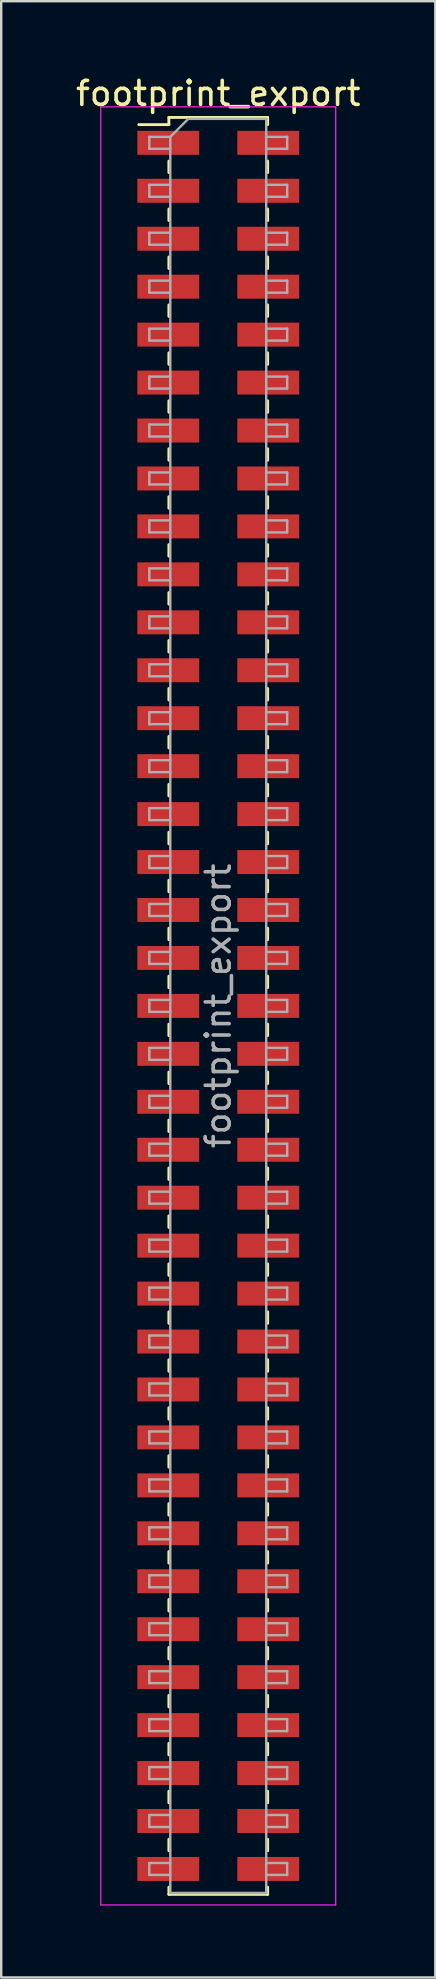
<source format=kicad_pcb>
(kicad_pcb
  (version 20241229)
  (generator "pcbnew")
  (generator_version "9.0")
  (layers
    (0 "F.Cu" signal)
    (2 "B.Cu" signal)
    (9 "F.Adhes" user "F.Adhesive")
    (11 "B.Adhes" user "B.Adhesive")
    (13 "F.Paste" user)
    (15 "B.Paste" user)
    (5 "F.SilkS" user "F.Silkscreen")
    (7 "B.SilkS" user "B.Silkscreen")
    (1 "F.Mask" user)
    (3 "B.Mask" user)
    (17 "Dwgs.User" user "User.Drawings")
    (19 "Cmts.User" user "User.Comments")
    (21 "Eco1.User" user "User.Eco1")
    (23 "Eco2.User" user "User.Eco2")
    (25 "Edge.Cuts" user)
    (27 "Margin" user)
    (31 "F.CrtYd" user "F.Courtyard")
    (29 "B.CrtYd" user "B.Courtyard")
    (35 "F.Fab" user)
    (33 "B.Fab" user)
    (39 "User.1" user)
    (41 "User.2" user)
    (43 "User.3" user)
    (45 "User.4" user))
  (footprint "footprint_export"
    (layer "F.Cu")
    (at 6.054 38.908)
    (property "Reference" "footprint_export" (at 0 -38.06 0) (layer "F.SilkS") (effects (font (size 1 1) (thickness 0.15))))
    (attr smd)
    (fp_line (start -3.315 -36.76) (end -2.06 -36.76) (stroke (width 0.12) (type solid)) (layer "F.SilkS"))
    (fp_line (start -2.06 -37.06) (end -2.06 -36.76) (stroke (width 0.12) (type solid)) (layer "F.SilkS"))
    (fp_line (start -2.06 -37.06) (end 2.06 -37.06) (stroke (width 0.12) (type solid)) (layer "F.SilkS"))
    (fp_line (start -2.06 -35.24) (end -2.06 -34.76) (stroke (width 0.12) (type solid)) (layer "F.SilkS"))
    (fp_line (start -2.06 -33.24) (end -2.06 -32.76) (stroke (width 0.12) (type solid)) (layer "F.SilkS"))
    (fp_line (start -2.06 -31.24) (end -2.06 -30.76) (stroke (width 0.12) (type solid)) (layer "F.SilkS"))
    (fp_line (start -2.06 -29.24) (end -2.06 -28.76) (stroke (width 0.12) (type solid)) (layer "F.SilkS"))
    (fp_line (start -2.06 -27.24) (end -2.06 -26.76) (stroke (width 0.12) (type solid)) (layer "F.SilkS"))
    (fp_line (start -2.06 -25.24) (end -2.06 -24.76) (stroke (width 0.12) (type solid)) (layer "F.SilkS"))
    (fp_line (start -2.06 -23.24) (end -2.06 -22.76) (stroke (width 0.12) (type solid)) (layer "F.SilkS"))
    (fp_line (start -2.06 -21.24) (end -2.06 -20.76) (stroke (width 0.12) (type solid)) (layer "F.SilkS"))
    (fp_line (start -2.06 -19.24) (end -2.06 -18.76) (stroke (width 0.12) (type solid)) (layer "F.SilkS"))
    (fp_line (start -2.06 -17.24) (end -2.06 -16.76) (stroke (width 0.12) (type solid)) (layer "F.SilkS"))
    (fp_line (start -2.06 -15.24) (end -2.06 -14.76) (stroke (width 0.12) (type solid)) (layer "F.SilkS"))
    (fp_line (start -2.06 -13.24) (end -2.06 -12.76) (stroke (width 0.12) (type solid)) (layer "F.SilkS"))
    (fp_line (start -2.06 -11.24) (end -2.06 -10.76) (stroke (width 0.12) (type solid)) (layer "F.SilkS"))
    (fp_line (start -2.06 -9.24) (end -2.06 -8.76) (stroke (width 0.12) (type solid)) (layer "F.SilkS"))
    (fp_line (start -2.06 -7.24) (end -2.06 -6.76) (stroke (width 0.12) (type solid)) (layer "F.SilkS"))
    (fp_line (start -2.06 -5.24) (end -2.06 -4.76) (stroke (width 0.12) (type solid)) (layer "F.SilkS"))
    (fp_line (start -2.06 -3.24) (end -2.06 -2.76) (stroke (width 0.12) (type solid)) (layer "F.SilkS"))
    (fp_line (start -2.06 -1.24) (end -2.06 -0.76) (stroke (width 0.12) (type solid)) (layer "F.SilkS"))
    (fp_line (start -2.06 0.76) (end -2.06 1.24) (stroke (width 0.12) (type solid)) (layer "F.SilkS"))
    (fp_line (start -2.06 2.76) (end -2.06 3.24) (stroke (width 0.12) (type solid)) (layer "F.SilkS"))
    (fp_line (start -2.06 4.76) (end -2.06 5.24) (stroke (width 0.12) (type solid)) (layer "F.SilkS"))
    (fp_line (start -2.06 6.76) (end -2.06 7.24) (stroke (width 0.12) (type solid)) (layer "F.SilkS"))
    (fp_line (start -2.06 8.76) (end -2.06 9.24) (stroke (width 0.12) (type solid)) (layer "F.SilkS"))
    (fp_line (start -2.06 10.76) (end -2.06 11.24) (stroke (width 0.12) (type solid)) (layer "F.SilkS"))
    (fp_line (start -2.06 12.76) (end -2.06 13.24) (stroke (width 0.12) (type solid)) (layer "F.SilkS"))
    (fp_line (start -2.06 14.76) (end -2.06 15.24) (stroke (width 0.12) (type solid)) (layer "F.SilkS"))
    (fp_line (start -2.06 16.76) (end -2.06 17.24) (stroke (width 0.12) (type solid)) (layer "F.SilkS"))
    (fp_line (start -2.06 18.76) (end -2.06 19.24) (stroke (width 0.12) (type solid)) (layer "F.SilkS"))
    (fp_line (start -2.06 20.76) (end -2.06 21.24) (stroke (width 0.12) (type solid)) (layer "F.SilkS"))
    (fp_line (start -2.06 22.76) (end -2.06 23.24) (stroke (width 0.12) (type solid)) (layer "F.SilkS"))
    (fp_line (start -2.06 24.76) (end -2.06 25.24) (stroke (width 0.12) (type solid)) (layer "F.SilkS"))
    (fp_line (start -2.06 26.76) (end -2.06 27.24) (stroke (width 0.12) (type solid)) (layer "F.SilkS"))
    (fp_line (start -2.06 28.76) (end -2.06 29.24) (stroke (width 0.12) (type solid)) (layer "F.SilkS"))
    (fp_line (start -2.06 30.76) (end -2.06 31.24) (stroke (width 0.12) (type solid)) (layer "F.SilkS"))
    (fp_line (start -2.06 32.76) (end -2.06 33.24) (stroke (width 0.12) (type solid)) (layer "F.SilkS"))
    (fp_line (start -2.06 34.76) (end -2.06 35.24) (stroke (width 0.12) (type solid)) (layer "F.SilkS"))
    (fp_line (start -2.06 36.76) (end -2.06 37.06) (stroke (width 0.12) (type solid)) (layer "F.SilkS"))
    (fp_line (start -2.06 37.06) (end 2.06 37.06) (stroke (width 0.12) (type solid)) (layer "F.SilkS"))
    (fp_line (start 2.06 -37.06) (end 2.06 -36.76) (stroke (width 0.12) (type solid)) (layer "F.SilkS"))
    (fp_line (start 2.06 -35.24) (end 2.06 -34.76) (stroke (width 0.12) (type solid)) (layer "F.SilkS"))
    (fp_line (start 2.06 -33.24) (end 2.06 -32.76) (stroke (width 0.12) (type solid)) (layer "F.SilkS"))
    (fp_line (start 2.06 -31.24) (end 2.06 -30.76) (stroke (width 0.12) (type solid)) (layer "F.SilkS"))
    (fp_line (start 2.06 -29.24) (end 2.06 -28.76) (stroke (width 0.12) (type solid)) (layer "F.SilkS"))
    (fp_line (start 2.06 -27.24) (end 2.06 -26.76) (stroke (width 0.12) (type solid)) (layer "F.SilkS"))
    (fp_line (start 2.06 -25.24) (end 2.06 -24.76) (stroke (width 0.12) (type solid)) (layer "F.SilkS"))
    (fp_line (start 2.06 -23.24) (end 2.06 -22.76) (stroke (width 0.12) (type solid)) (layer "F.SilkS"))
    (fp_line (start 2.06 -21.24) (end 2.06 -20.76) (stroke (width 0.12) (type solid)) (layer "F.SilkS"))
    (fp_line (start 2.06 -19.24) (end 2.06 -18.76) (stroke (width 0.12) (type solid)) (layer "F.SilkS"))
    (fp_line (start 2.06 -17.24) (end 2.06 -16.76) (stroke (width 0.12) (type solid)) (layer "F.SilkS"))
    (fp_line (start 2.06 -15.24) (end 2.06 -14.76) (stroke (width 0.12) (type solid)) (layer "F.SilkS"))
    (fp_line (start 2.06 -13.24) (end 2.06 -12.76) (stroke (width 0.12) (type solid)) (layer "F.SilkS"))
    (fp_line (start 2.06 -11.24) (end 2.06 -10.76) (stroke (width 0.12) (type solid)) (layer "F.SilkS"))
    (fp_line (start 2.06 -9.24) (end 2.06 -8.76) (stroke (width 0.12) (type solid)) (layer "F.SilkS"))
    (fp_line (start 2.06 -7.24) (end 2.06 -6.76) (stroke (width 0.12) (type solid)) (layer "F.SilkS"))
    (fp_line (start 2.06 -5.24) (end 2.06 -4.76) (stroke (width 0.12) (type solid)) (layer "F.SilkS"))
    (fp_line (start 2.06 -3.24) (end 2.06 -2.76) (stroke (width 0.12) (type solid)) (layer "F.SilkS"))
    (fp_line (start 2.06 -1.24) (end 2.06 -0.76) (stroke (width 0.12) (type solid)) (layer "F.SilkS"))
    (fp_line (start 2.06 0.76) (end 2.06 1.24) (stroke (width 0.12) (type solid)) (layer "F.SilkS"))
    (fp_line (start 2.06 2.76) (end 2.06 3.24) (stroke (width 0.12) (type solid)) (layer "F.SilkS"))
    (fp_line (start 2.06 4.76) (end 2.06 5.24) (stroke (width 0.12) (type solid)) (layer "F.SilkS"))
    (fp_line (start 2.06 6.76) (end 2.06 7.24) (stroke (width 0.12) (type solid)) (layer "F.SilkS"))
    (fp_line (start 2.06 8.76) (end 2.06 9.24) (stroke (width 0.12) (type solid)) (layer "F.SilkS"))
    (fp_line (start 2.06 10.76) (end 2.06 11.24) (stroke (width 0.12) (type solid)) (layer "F.SilkS"))
    (fp_line (start 2.06 12.76) (end 2.06 13.24) (stroke (width 0.12) (type solid)) (layer "F.SilkS"))
    (fp_line (start 2.06 14.76) (end 2.06 15.24) (stroke (width 0.12) (type solid)) (layer "F.SilkS"))
    (fp_line (start 2.06 16.76) (end 2.06 17.24) (stroke (width 0.12) (type solid)) (layer "F.SilkS"))
    (fp_line (start 2.06 18.76) (end 2.06 19.24) (stroke (width 0.12) (type solid)) (layer "F.SilkS"))
    (fp_line (start 2.06 20.76) (end 2.06 21.24) (stroke (width 0.12) (type solid)) (layer "F.SilkS"))
    (fp_line (start 2.06 22.76) (end 2.06 23.24) (stroke (width 0.12) (type solid)) (layer "F.SilkS"))
    (fp_line (start 2.06 24.76) (end 2.06 25.24) (stroke (width 0.12) (type solid)) (layer "F.SilkS"))
    (fp_line (start 2.06 26.76) (end 2.06 27.24) (stroke (width 0.12) (type solid)) (layer "F.SilkS"))
    (fp_line (start 2.06 28.76) (end 2.06 29.24) (stroke (width 0.12) (type solid)) (layer "F.SilkS"))
    (fp_line (start 2.06 30.76) (end 2.06 31.24) (stroke (width 0.12) (type solid)) (layer "F.SilkS"))
    (fp_line (start 2.06 32.76) (end 2.06 33.24) (stroke (width 0.12) (type solid)) (layer "F.SilkS"))
    (fp_line (start 2.06 34.76) (end 2.06 35.24) (stroke (width 0.12) (type solid)) (layer "F.SilkS"))
    (fp_line (start 2.06 36.76) (end 2.06 37.06) (stroke (width 0.12) (type solid)) (layer "F.SilkS"))
    (fp_line (start -4.9 -37.5) (end -4.9 37.5) (stroke (width 0.05) (type solid)) (layer "F.CrtYd"))
    (fp_line (start -4.9 37.5) (end 4.9 37.5) (stroke (width 0.05) (type solid)) (layer "F.CrtYd"))
    (fp_line (start 4.9 -37.5) (end -4.9 -37.5) (stroke (width 0.05) (type solid)) (layer "F.CrtYd"))
    (fp_line (start 4.9 37.5) (end 4.9 -37.5) (stroke (width 0.05) (type solid)) (layer "F.CrtYd"))
    (fp_line (start -2.875 -36.25) (end -2.875 -35.75) (stroke (width 0.1) (type solid)) (layer "F.Fab"))
    (fp_line (start -2.875 -35.75) (end -2 -35.75) (stroke (width 0.1) (type solid)) (layer "F.Fab"))
    (fp_line (start -2.875 -34.25) (end -2.875 -33.75) (stroke (width 0.1) (type solid)) (layer "F.Fab"))
    (fp_line (start -2.875 -33.75) (end -2 -33.75) (stroke (width 0.1) (type solid)) (layer "F.Fab"))
    (fp_line (start -2.875 -32.25) (end -2.875 -31.75) (stroke (width 0.1) (type solid)) (layer "F.Fab"))
    (fp_line (start -2.875 -31.75) (end -2 -31.75) (stroke (width 0.1) (type solid)) (layer "F.Fab"))
    (fp_line (start -2.875 -30.25) (end -2.875 -29.75) (stroke (width 0.1) (type solid)) (layer "F.Fab"))
    (fp_line (start -2.875 -29.75) (end -2 -29.75) (stroke (width 0.1) (type solid)) (layer "F.Fab"))
    (fp_line (start -2.875 -28.25) (end -2.875 -27.75) (stroke (width 0.1) (type solid)) (layer "F.Fab"))
    (fp_line (start -2.875 -27.75) (end -2 -27.75) (stroke (width 0.1) (type solid)) (layer "F.Fab"))
    (fp_line (start -2.875 -26.25) (end -2.875 -25.75) (stroke (width 0.1) (type solid)) (layer "F.Fab"))
    (fp_line (start -2.875 -25.75) (end -2 -25.75) (stroke (width 0.1) (type solid)) (layer "F.Fab"))
    (fp_line (start -2.875 -24.25) (end -2.875 -23.75) (stroke (width 0.1) (type solid)) (layer "F.Fab"))
    (fp_line (start -2.875 -23.75) (end -2 -23.75) (stroke (width 0.1) (type solid)) (layer "F.Fab"))
    (fp_line (start -2.875 -22.25) (end -2.875 -21.75) (stroke (width 0.1) (type solid)) (layer "F.Fab"))
    (fp_line (start -2.875 -21.75) (end -2 -21.75) (stroke (width 0.1) (type solid)) (layer "F.Fab"))
    (fp_line (start -2.875 -20.25) (end -2.875 -19.75) (stroke (width 0.1) (type solid)) (layer "F.Fab"))
    (fp_line (start -2.875 -19.75) (end -2 -19.75) (stroke (width 0.1) (type solid)) (layer "F.Fab"))
    (fp_line (start -2.875 -18.25) (end -2.875 -17.75) (stroke (width 0.1) (type solid)) (layer "F.Fab"))
    (fp_line (start -2.875 -17.75) (end -2 -17.75) (stroke (width 0.1) (type solid)) (layer "F.Fab"))
    (fp_line (start -2.875 -16.25) (end -2.875 -15.75) (stroke (width 0.1) (type solid)) (layer "F.Fab"))
    (fp_line (start -2.875 -15.75) (end -2 -15.75) (stroke (width 0.1) (type solid)) (layer "F.Fab"))
    (fp_line (start -2.875 -14.25) (end -2.875 -13.75) (stroke (width 0.1) (type solid)) (layer "F.Fab"))
    (fp_line (start -2.875 -13.75) (end -2 -13.75) (stroke (width 0.1) (type solid)) (layer "F.Fab"))
    (fp_line (start -2.875 -12.25) (end -2.875 -11.75) (stroke (width 0.1) (type solid)) (layer "F.Fab"))
    (fp_line (start -2.875 -11.75) (end -2 -11.75) (stroke (width 0.1) (type solid)) (layer "F.Fab"))
    (fp_line (start -2.875 -10.25) (end -2.875 -9.75) (stroke (width 0.1) (type solid)) (layer "F.Fab"))
    (fp_line (start -2.875 -9.75) (end -2 -9.75) (stroke (width 0.1) (type solid)) (layer "F.Fab"))
    (fp_line (start -2.875 -8.25) (end -2.875 -7.75) (stroke (width 0.1) (type solid)) (layer "F.Fab"))
    (fp_line (start -2.875 -7.75) (end -2 -7.75) (stroke (width 0.1) (type solid)) (layer "F.Fab"))
    (fp_line (start -2.875 -6.25) (end -2.875 -5.75) (stroke (width 0.1) (type solid)) (layer "F.Fab"))
    (fp_line (start -2.875 -5.75) (end -2 -5.75) (stroke (width 0.1) (type solid)) (layer "F.Fab"))
    (fp_line (start -2.875 -4.25) (end -2.875 -3.75) (stroke (width 0.1) (type solid)) (layer "F.Fab"))
    (fp_line (start -2.875 -3.75) (end -2 -3.75) (stroke (width 0.1) (type solid)) (layer "F.Fab"))
    (fp_line (start -2.875 -2.25) (end -2.875 -1.75) (stroke (width 0.1) (type solid)) (layer "F.Fab"))
    (fp_line (start -2.875 -1.75) (end -2 -1.75) (stroke (width 0.1) (type solid)) (layer "F.Fab"))
    (fp_line (start -2.875 -0.25) (end -2.875 0.25) (stroke (width 0.1) (type solid)) (layer "F.Fab"))
    (fp_line (start -2.875 0.25) (end -2 0.25) (stroke (width 0.1) (type solid)) (layer "F.Fab"))
    (fp_line (start -2.875 1.75) (end -2.875 2.25) (stroke (width 0.1) (type solid)) (layer "F.Fab"))
    (fp_line (start -2.875 2.25) (end -2 2.25) (stroke (width 0.1) (type solid)) (layer "F.Fab"))
    (fp_line (start -2.875 3.75) (end -2.875 4.25) (stroke (width 0.1) (type solid)) (layer "F.Fab"))
    (fp_line (start -2.875 4.25) (end -2 4.25) (stroke (width 0.1) (type solid)) (layer "F.Fab"))
    (fp_line (start -2.875 5.75) (end -2.875 6.25) (stroke (width 0.1) (type solid)) (layer "F.Fab"))
    (fp_line (start -2.875 6.25) (end -2 6.25) (stroke (width 0.1) (type solid)) (layer "F.Fab"))
    (fp_line (start -2.875 7.75) (end -2.875 8.25) (stroke (width 0.1) (type solid)) (layer "F.Fab"))
    (fp_line (start -2.875 8.25) (end -2 8.25) (stroke (width 0.1) (type solid)) (layer "F.Fab"))
    (fp_line (start -2.875 9.75) (end -2.875 10.25) (stroke (width 0.1) (type solid)) (layer "F.Fab"))
    (fp_line (start -2.875 10.25) (end -2 10.25) (stroke (width 0.1) (type solid)) (layer "F.Fab"))
    (fp_line (start -2.875 11.75) (end -2.875 12.25) (stroke (width 0.1) (type solid)) (layer "F.Fab"))
    (fp_line (start -2.875 12.25) (end -2 12.25) (stroke (width 0.1) (type solid)) (layer "F.Fab"))
    (fp_line (start -2.875 13.75) (end -2.875 14.25) (stroke (width 0.1) (type solid)) (layer "F.Fab"))
    (fp_line (start -2.875 14.25) (end -2 14.25) (stroke (width 0.1) (type solid)) (layer "F.Fab"))
    (fp_line (start -2.875 15.75) (end -2.875 16.25) (stroke (width 0.1) (type solid)) (layer "F.Fab"))
    (fp_line (start -2.875 16.25) (end -2 16.25) (stroke (width 0.1) (type solid)) (layer "F.Fab"))
    (fp_line (start -2.875 17.75) (end -2.875 18.25) (stroke (width 0.1) (type solid)) (layer "F.Fab"))
    (fp_line (start -2.875 18.25) (end -2 18.25) (stroke (width 0.1) (type solid)) (layer "F.Fab"))
    (fp_line (start -2.875 19.75) (end -2.875 20.25) (stroke (width 0.1) (type solid)) (layer "F.Fab"))
    (fp_line (start -2.875 20.25) (end -2 20.25) (stroke (width 0.1) (type solid)) (layer "F.Fab"))
    (fp_line (start -2.875 21.75) (end -2.875 22.25) (stroke (width 0.1) (type solid)) (layer "F.Fab"))
    (fp_line (start -2.875 22.25) (end -2 22.25) (stroke (width 0.1) (type solid)) (layer "F.Fab"))
    (fp_line (start -2.875 23.75) (end -2.875 24.25) (stroke (width 0.1) (type solid)) (layer "F.Fab"))
    (fp_line (start -2.875 24.25) (end -2 24.25) (stroke (width 0.1) (type solid)) (layer "F.Fab"))
    (fp_line (start -2.875 25.75) (end -2.875 26.25) (stroke (width 0.1) (type solid)) (layer "F.Fab"))
    (fp_line (start -2.875 26.25) (end -2 26.25) (stroke (width 0.1) (type solid)) (layer "F.Fab"))
    (fp_line (start -2.875 27.75) (end -2.875 28.25) (stroke (width 0.1) (type solid)) (layer "F.Fab"))
    (fp_line (start -2.875 28.25) (end -2 28.25) (stroke (width 0.1) (type solid)) (layer "F.Fab"))
    (fp_line (start -2.875 29.75) (end -2.875 30.25) (stroke (width 0.1) (type solid)) (layer "F.Fab"))
    (fp_line (start -2.875 30.25) (end -2 30.25) (stroke (width 0.1) (type solid)) (layer "F.Fab"))
    (fp_line (start -2.875 31.75) (end -2.875 32.25) (stroke (width 0.1) (type solid)) (layer "F.Fab"))
    (fp_line (start -2.875 32.25) (end -2 32.25) (stroke (width 0.1) (type solid)) (layer "F.Fab"))
    (fp_line (start -2.875 33.75) (end -2.875 34.25) (stroke (width 0.1) (type solid)) (layer "F.Fab"))
    (fp_line (start -2.875 34.25) (end -2 34.25) (stroke (width 0.1) (type solid)) (layer "F.Fab"))
    (fp_line (start -2.875 35.75) (end -2.875 36.25) (stroke (width 0.1) (type solid)) (layer "F.Fab"))
    (fp_line (start -2.875 36.25) (end -2 36.25) (stroke (width 0.1) (type solid)) (layer "F.Fab"))
    (fp_line (start -2 -36.25) (end -2.875 -36.25) (stroke (width 0.1) (type solid)) (layer "F.Fab"))
    (fp_line (start -2 -36.25) (end -1.25 -37) (stroke (width 0.1) (type solid)) (layer "F.Fab"))
    (fp_line (start -2 -34.25) (end -2.875 -34.25) (stroke (width 0.1) (type solid)) (layer "F.Fab"))
    (fp_line (start -2 -32.25) (end -2.875 -32.25) (stroke (width 0.1) (type solid)) (layer "F.Fab"))
    (fp_line (start -2 -30.25) (end -2.875 -30.25) (stroke (width 0.1) (type solid)) (layer "F.Fab"))
    (fp_line (start -2 -28.25) (end -2.875 -28.25) (stroke (width 0.1) (type solid)) (layer "F.Fab"))
    (fp_line (start -2 -26.25) (end -2.875 -26.25) (stroke (width 0.1) (type solid)) (layer "F.Fab"))
    (fp_line (start -2 -24.25) (end -2.875 -24.25) (stroke (width 0.1) (type solid)) (layer "F.Fab"))
    (fp_line (start -2 -22.25) (end -2.875 -22.25) (stroke (width 0.1) (type solid)) (layer "F.Fab"))
    (fp_line (start -2 -20.25) (end -2.875 -20.25) (stroke (width 0.1) (type solid)) (layer "F.Fab"))
    (fp_line (start -2 -18.25) (end -2.875 -18.25) (stroke (width 0.1) (type solid)) (layer "F.Fab"))
    (fp_line (start -2 -16.25) (end -2.875 -16.25) (stroke (width 0.1) (type solid)) (layer "F.Fab"))
    (fp_line (start -2 -14.25) (end -2.875 -14.25) (stroke (width 0.1) (type solid)) (layer "F.Fab"))
    (fp_line (start -2 -12.25) (end -2.875 -12.25) (stroke (width 0.1) (type solid)) (layer "F.Fab"))
    (fp_line (start -2 -10.25) (end -2.875 -10.25) (stroke (width 0.1) (type solid)) (layer "F.Fab"))
    (fp_line (start -2 -8.25) (end -2.875 -8.25) (stroke (width 0.1) (type solid)) (layer "F.Fab"))
    (fp_line (start -2 -6.25) (end -2.875 -6.25) (stroke (width 0.1) (type solid)) (layer "F.Fab"))
    (fp_line (start -2 -4.25) (end -2.875 -4.25) (stroke (width 0.1) (type solid)) (layer "F.Fab"))
    (fp_line (start -2 -2.25) (end -2.875 -2.25) (stroke (width 0.1) (type solid)) (layer "F.Fab"))
    (fp_line (start -2 -0.25) (end -2.875 -0.25) (stroke (width 0.1) (type solid)) (layer "F.Fab"))
    (fp_line (start -2 1.75) (end -2.875 1.75) (stroke (width 0.1) (type solid)) (layer "F.Fab"))
    (fp_line (start -2 3.75) (end -2.875 3.75) (stroke (width 0.1) (type solid)) (layer "F.Fab"))
    (fp_line (start -2 5.75) (end -2.875 5.75) (stroke (width 0.1) (type solid)) (layer "F.Fab"))
    (fp_line (start -2 7.75) (end -2.875 7.75) (stroke (width 0.1) (type solid)) (layer "F.Fab"))
    (fp_line (start -2 9.75) (end -2.875 9.75) (stroke (width 0.1) (type solid)) (layer "F.Fab"))
    (fp_line (start -2 11.75) (end -2.875 11.75) (stroke (width 0.1) (type solid)) (layer "F.Fab"))
    (fp_line (start -2 13.75) (end -2.875 13.75) (stroke (width 0.1) (type solid)) (layer "F.Fab"))
    (fp_line (start -2 15.75) (end -2.875 15.75) (stroke (width 0.1) (type solid)) (layer "F.Fab"))
    (fp_line (start -2 17.75) (end -2.875 17.75) (stroke (width 0.1) (type solid)) (layer "F.Fab"))
    (fp_line (start -2 19.75) (end -2.875 19.75) (stroke (width 0.1) (type solid)) (layer "F.Fab"))
    (fp_line (start -2 21.75) (end -2.875 21.75) (stroke (width 0.1) (type solid)) (layer "F.Fab"))
    (fp_line (start -2 23.75) (end -2.875 23.75) (stroke (width 0.1) (type solid)) (layer "F.Fab"))
    (fp_line (start -2 25.75) (end -2.875 25.75) (stroke (width 0.1) (type solid)) (layer "F.Fab"))
    (fp_line (start -2 27.75) (end -2.875 27.75) (stroke (width 0.1) (type solid)) (layer "F.Fab"))
    (fp_line (start -2 29.75) (end -2.875 29.75) (stroke (width 0.1) (type solid)) (layer "F.Fab"))
    (fp_line (start -2 31.75) (end -2.875 31.75) (stroke (width 0.1) (type solid)) (layer "F.Fab"))
    (fp_line (start -2 33.75) (end -2.875 33.75) (stroke (width 0.1) (type solid)) (layer "F.Fab"))
    (fp_line (start -2 35.75) (end -2.875 35.75) (stroke (width 0.1) (type solid)) (layer "F.Fab"))
    (fp_line (start -2 37) (end -2 -36.25) (stroke (width 0.1) (type solid)) (layer "F.Fab"))
    (fp_line (start -1.25 -37) (end 2 -37) (stroke (width 0.1) (type solid)) (layer "F.Fab"))
    (fp_line (start 2 -37) (end 2 37) (stroke (width 0.1) (type solid)) (layer "F.Fab"))
    (fp_line (start 2 -36.25) (end 2.875 -36.25) (stroke (width 0.1) (type solid)) (layer "F.Fab"))
    (fp_line (start 2 -34.25) (end 2.875 -34.25) (stroke (width 0.1) (type solid)) (layer "F.Fab"))
    (fp_line (start 2 -32.25) (end 2.875 -32.25) (stroke (width 0.1) (type solid)) (layer "F.Fab"))
    (fp_line (start 2 -30.25) (end 2.875 -30.25) (stroke (width 0.1) (type solid)) (layer "F.Fab"))
    (fp_line (start 2 -28.25) (end 2.875 -28.25) (stroke (width 0.1) (type solid)) (layer "F.Fab"))
    (fp_line (start 2 -26.25) (end 2.875 -26.25) (stroke (width 0.1) (type solid)) (layer "F.Fab"))
    (fp_line (start 2 -24.25) (end 2.875 -24.25) (stroke (width 0.1) (type solid)) (layer "F.Fab"))
    (fp_line (start 2 -22.25) (end 2.875 -22.25) (stroke (width 0.1) (type solid)) (layer "F.Fab"))
    (fp_line (start 2 -20.25) (end 2.875 -20.25) (stroke (width 0.1) (type solid)) (layer "F.Fab"))
    (fp_line (start 2 -18.25) (end 2.875 -18.25) (stroke (width 0.1) (type solid)) (layer "F.Fab"))
    (fp_line (start 2 -16.25) (end 2.875 -16.25) (stroke (width 0.1) (type solid)) (layer "F.Fab"))
    (fp_line (start 2 -14.25) (end 2.875 -14.25) (stroke (width 0.1) (type solid)) (layer "F.Fab"))
    (fp_line (start 2 -12.25) (end 2.875 -12.25) (stroke (width 0.1) (type solid)) (layer "F.Fab"))
    (fp_line (start 2 -10.25) (end 2.875 -10.25) (stroke (width 0.1) (type solid)) (layer "F.Fab"))
    (fp_line (start 2 -8.25) (end 2.875 -8.25) (stroke (width 0.1) (type solid)) (layer "F.Fab"))
    (fp_line (start 2 -6.25) (end 2.875 -6.25) (stroke (width 0.1) (type solid)) (layer "F.Fab"))
    (fp_line (start 2 -4.25) (end 2.875 -4.25) (stroke (width 0.1) (type solid)) (layer "F.Fab"))
    (fp_line (start 2 -2.25) (end 2.875 -2.25) (stroke (width 0.1) (type solid)) (layer "F.Fab"))
    (fp_line (start 2 -0.25) (end 2.875 -0.25) (stroke (width 0.1) (type solid)) (layer "F.Fab"))
    (fp_line (start 2 1.75) (end 2.875 1.75) (stroke (width 0.1) (type solid)) (layer "F.Fab"))
    (fp_line (start 2 3.75) (end 2.875 3.75) (stroke (width 0.1) (type solid)) (layer "F.Fab"))
    (fp_line (start 2 5.75) (end 2.875 5.75) (stroke (width 0.1) (type solid)) (layer "F.Fab"))
    (fp_line (start 2 7.75) (end 2.875 7.75) (stroke (width 0.1) (type solid)) (layer "F.Fab"))
    (fp_line (start 2 9.75) (end 2.875 9.75) (stroke (width 0.1) (type solid)) (layer "F.Fab"))
    (fp_line (start 2 11.75) (end 2.875 11.75) (stroke (width 0.1) (type solid)) (layer "F.Fab"))
    (fp_line (start 2 13.75) (end 2.875 13.75) (stroke (width 0.1) (type solid)) (layer "F.Fab"))
    (fp_line (start 2 15.75) (end 2.875 15.75) (stroke (width 0.1) (type solid)) (layer "F.Fab"))
    (fp_line (start 2 17.75) (end 2.875 17.75) (stroke (width 0.1) (type solid)) (layer "F.Fab"))
    (fp_line (start 2 19.75) (end 2.875 19.75) (stroke (width 0.1) (type solid)) (layer "F.Fab"))
    (fp_line (start 2 21.75) (end 2.875 21.75) (stroke (width 0.1) (type solid)) (layer "F.Fab"))
    (fp_line (start 2 23.75) (end 2.875 23.75) (stroke (width 0.1) (type solid)) (layer "F.Fab"))
    (fp_line (start 2 25.75) (end 2.875 25.75) (stroke (width 0.1) (type solid)) (layer "F.Fab"))
    (fp_line (start 2 27.75) (end 2.875 27.75) (stroke (width 0.1) (type solid)) (layer "F.Fab"))
    (fp_line (start 2 29.75) (end 2.875 29.75) (stroke (width 0.1) (type solid)) (layer "F.Fab"))
    (fp_line (start 2 31.75) (end 2.875 31.75) (stroke (width 0.1) (type solid)) (layer "F.Fab"))
    (fp_line (start 2 33.75) (end 2.875 33.75) (stroke (width 0.1) (type solid)) (layer "F.Fab"))
    (fp_line (start 2 35.75) (end 2.875 35.75) (stroke (width 0.1) (type solid)) (layer "F.Fab"))
    (fp_line (start 2 37) (end -2 37) (stroke (width 0.1) (type solid)) (layer "F.Fab"))
    (fp_line (start 2.875 -36.25) (end 2.875 -35.75) (stroke (width 0.1) (type solid)) (layer "F.Fab"))
    (fp_line (start 2.875 -35.75) (end 2 -35.75) (stroke (width 0.1) (type solid)) (layer "F.Fab"))
    (fp_line (start 2.875 -34.25) (end 2.875 -33.75) (stroke (width 0.1) (type solid)) (layer "F.Fab"))
    (fp_line (start 2.875 -33.75) (end 2 -33.75) (stroke (width 0.1) (type solid)) (layer "F.Fab"))
    (fp_line (start 2.875 -32.25) (end 2.875 -31.75) (stroke (width 0.1) (type solid)) (layer "F.Fab"))
    (fp_line (start 2.875 -31.75) (end 2 -31.75) (stroke (width 0.1) (type solid)) (layer "F.Fab"))
    (fp_line (start 2.875 -30.25) (end 2.875 -29.75) (stroke (width 0.1) (type solid)) (layer "F.Fab"))
    (fp_line (start 2.875 -29.75) (end 2 -29.75) (stroke (width 0.1) (type solid)) (layer "F.Fab"))
    (fp_line (start 2.875 -28.25) (end 2.875 -27.75) (stroke (width 0.1) (type solid)) (layer "F.Fab"))
    (fp_line (start 2.875 -27.75) (end 2 -27.75) (stroke (width 0.1) (type solid)) (layer "F.Fab"))
    (fp_line (start 2.875 -26.25) (end 2.875 -25.75) (stroke (width 0.1) (type solid)) (layer "F.Fab"))
    (fp_line (start 2.875 -25.75) (end 2 -25.75) (stroke (width 0.1) (type solid)) (layer "F.Fab"))
    (fp_line (start 2.875 -24.25) (end 2.875 -23.75) (stroke (width 0.1) (type solid)) (layer "F.Fab"))
    (fp_line (start 2.875 -23.75) (end 2 -23.75) (stroke (width 0.1) (type solid)) (layer "F.Fab"))
    (fp_line (start 2.875 -22.25) (end 2.875 -21.75) (stroke (width 0.1) (type solid)) (layer "F.Fab"))
    (fp_line (start 2.875 -21.75) (end 2 -21.75) (stroke (width 0.1) (type solid)) (layer "F.Fab"))
    (fp_line (start 2.875 -20.25) (end 2.875 -19.75) (stroke (width 0.1) (type solid)) (layer "F.Fab"))
    (fp_line (start 2.875 -19.75) (end 2 -19.75) (stroke (width 0.1) (type solid)) (layer "F.Fab"))
    (fp_line (start 2.875 -18.25) (end 2.875 -17.75) (stroke (width 0.1) (type solid)) (layer "F.Fab"))
    (fp_line (start 2.875 -17.75) (end 2 -17.75) (stroke (width 0.1) (type solid)) (layer "F.Fab"))
    (fp_line (start 2.875 -16.25) (end 2.875 -15.75) (stroke (width 0.1) (type solid)) (layer "F.Fab"))
    (fp_line (start 2.875 -15.75) (end 2 -15.75) (stroke (width 0.1) (type solid)) (layer "F.Fab"))
    (fp_line (start 2.875 -14.25) (end 2.875 -13.75) (stroke (width 0.1) (type solid)) (layer "F.Fab"))
    (fp_line (start 2.875 -13.75) (end 2 -13.75) (stroke (width 0.1) (type solid)) (layer "F.Fab"))
    (fp_line (start 2.875 -12.25) (end 2.875 -11.75) (stroke (width 0.1) (type solid)) (layer "F.Fab"))
    (fp_line (start 2.875 -11.75) (end 2 -11.75) (stroke (width 0.1) (type solid)) (layer "F.Fab"))
    (fp_line (start 2.875 -10.25) (end 2.875 -9.75) (stroke (width 0.1) (type solid)) (layer "F.Fab"))
    (fp_line (start 2.875 -9.75) (end 2 -9.75) (stroke (width 0.1) (type solid)) (layer "F.Fab"))
    (fp_line (start 2.875 -8.25) (end 2.875 -7.75) (stroke (width 0.1) (type solid)) (layer "F.Fab"))
    (fp_line (start 2.875 -7.75) (end 2 -7.75) (stroke (width 0.1) (type solid)) (layer "F.Fab"))
    (fp_line (start 2.875 -6.25) (end 2.875 -5.75) (stroke (width 0.1) (type solid)) (layer "F.Fab"))
    (fp_line (start 2.875 -5.75) (end 2 -5.75) (stroke (width 0.1) (type solid)) (layer "F.Fab"))
    (fp_line (start 2.875 -4.25) (end 2.875 -3.75) (stroke (width 0.1) (type solid)) (layer "F.Fab"))
    (fp_line (start 2.875 -3.75) (end 2 -3.75) (stroke (width 0.1) (type solid)) (layer "F.Fab"))
    (fp_line (start 2.875 -2.25) (end 2.875 -1.75) (stroke (width 0.1) (type solid)) (layer "F.Fab"))
    (fp_line (start 2.875 -1.75) (end 2 -1.75) (stroke (width 0.1) (type solid)) (layer "F.Fab"))
    (fp_line (start 2.875 -0.25) (end 2.875 0.25) (stroke (width 0.1) (type solid)) (layer "F.Fab"))
    (fp_line (start 2.875 0.25) (end 2 0.25) (stroke (width 0.1) (type solid)) (layer "F.Fab"))
    (fp_line (start 2.875 1.75) (end 2.875 2.25) (stroke (width 0.1) (type solid)) (layer "F.Fab"))
    (fp_line (start 2.875 2.25) (end 2 2.25) (stroke (width 0.1) (type solid)) (layer "F.Fab"))
    (fp_line (start 2.875 3.75) (end 2.875 4.25) (stroke (width 0.1) (type solid)) (layer "F.Fab"))
    (fp_line (start 2.875 4.25) (end 2 4.25) (stroke (width 0.1) (type solid)) (layer "F.Fab"))
    (fp_line (start 2.875 5.75) (end 2.875 6.25) (stroke (width 0.1) (type solid)) (layer "F.Fab"))
    (fp_line (start 2.875 6.25) (end 2 6.25) (stroke (width 0.1) (type solid)) (layer "F.Fab"))
    (fp_line (start 2.875 7.75) (end 2.875 8.25) (stroke (width 0.1) (type solid)) (layer "F.Fab"))
    (fp_line (start 2.875 8.25) (end 2 8.25) (stroke (width 0.1) (type solid)) (layer "F.Fab"))
    (fp_line (start 2.875 9.75) (end 2.875 10.25) (stroke (width 0.1) (type solid)) (layer "F.Fab"))
    (fp_line (start 2.875 10.25) (end 2 10.25) (stroke (width 0.1) (type solid)) (layer "F.Fab"))
    (fp_line (start 2.875 11.75) (end 2.875 12.25) (stroke (width 0.1) (type solid)) (layer "F.Fab"))
    (fp_line (start 2.875 12.25) (end 2 12.25) (stroke (width 0.1) (type solid)) (layer "F.Fab"))
    (fp_line (start 2.875 13.75) (end 2.875 14.25) (stroke (width 0.1) (type solid)) (layer "F.Fab"))
    (fp_line (start 2.875 14.25) (end 2 14.25) (stroke (width 0.1) (type solid)) (layer "F.Fab"))
    (fp_line (start 2.875 15.75) (end 2.875 16.25) (stroke (width 0.1) (type solid)) (layer "F.Fab"))
    (fp_line (start 2.875 16.25) (end 2 16.25) (stroke (width 0.1) (type solid)) (layer "F.Fab"))
    (fp_line (start 2.875 17.75) (end 2.875 18.25) (stroke (width 0.1) (type solid)) (layer "F.Fab"))
    (fp_line (start 2.875 18.25) (end 2 18.25) (stroke (width 0.1) (type solid)) (layer "F.Fab"))
    (fp_line (start 2.875 19.75) (end 2.875 20.25) (stroke (width 0.1) (type solid)) (layer "F.Fab"))
    (fp_line (start 2.875 20.25) (end 2 20.25) (stroke (width 0.1) (type solid)) (layer "F.Fab"))
    (fp_line (start 2.875 21.75) (end 2.875 22.25) (stroke (width 0.1) (type solid)) (layer "F.Fab"))
    (fp_line (start 2.875 22.25) (end 2 22.25) (stroke (width 0.1) (type solid)) (layer "F.Fab"))
    (fp_line (start 2.875 23.75) (end 2.875 24.25) (stroke (width 0.1) (type solid)) (layer "F.Fab"))
    (fp_line (start 2.875 24.25) (end 2 24.25) (stroke (width 0.1) (type solid)) (layer "F.Fab"))
    (fp_line (start 2.875 25.75) (end 2.875 26.25) (stroke (width 0.1) (type solid)) (layer "F.Fab"))
    (fp_line (start 2.875 26.25) (end 2 26.25) (stroke (width 0.1) (type solid)) (layer "F.Fab"))
    (fp_line (start 2.875 27.75) (end 2.875 28.25) (stroke (width 0.1) (type solid)) (layer "F.Fab"))
    (fp_line (start 2.875 28.25) (end 2 28.25) (stroke (width 0.1) (type solid)) (layer "F.Fab"))
    (fp_line (start 2.875 29.75) (end 2.875 30.25) (stroke (width 0.1) (type solid)) (layer "F.Fab"))
    (fp_line (start 2.875 30.25) (end 2 30.25) (stroke (width 0.1) (type solid)) (layer "F.Fab"))
    (fp_line (start 2.875 31.75) (end 2.875 32.25) (stroke (width 0.1) (type solid)) (layer "F.Fab"))
    (fp_line (start 2.875 32.25) (end 2 32.25) (stroke (width 0.1) (type solid)) (layer "F.Fab"))
    (fp_line (start 2.875 33.75) (end 2.875 34.25) (stroke (width 0.1) (type solid)) (layer "F.Fab"))
    (fp_line (start 2.875 34.25) (end 2 34.25) (stroke (width 0.1) (type solid)) (layer "F.Fab"))
    (fp_line (start 2.875 35.75) (end 2.875 36.25) (stroke (width 0.1) (type solid)) (layer "F.Fab"))
    (fp_line (start 2.875 36.25) (end 2 36.25) (stroke (width 0.1) (type solid)) (layer "F.Fab"))
    (fp_text user "${REFERENCE}" (at 0 0 90) (layer "F.Fab") (effects (font (size 1 1) (thickness 0.15))))
    (pad "1" smd rect (at -2.085 -36) (size 2.58 1) (layers "F.Cu" "F.Mask" "F.Paste"))
    (pad "2" smd rect (at 2.085 -36) (size 2.58 1) (layers "F.Cu" "F.Mask" "F.Paste"))
    (pad "3" smd rect (at -2.085 -34) (size 2.58 1) (layers "F.Cu" "F.Mask" "F.Paste"))
    (pad "4" smd rect (at 2.085 -34) (size 2.58 1) (layers "F.Cu" "F.Mask" "F.Paste"))
    (pad "5" smd rect (at -2.085 -32) (size 2.58 1) (layers "F.Cu" "F.Mask" "F.Paste"))
    (pad "6" smd rect (at 2.085 -32) (size 2.58 1) (layers "F.Cu" "F.Mask" "F.Paste"))
    (pad "7" smd rect (at -2.085 -30) (size 2.58 1) (layers "F.Cu" "F.Mask" "F.Paste"))
    (pad "8" smd rect (at 2.085 -30) (size 2.58 1) (layers "F.Cu" "F.Mask" "F.Paste"))
    (pad "9" smd rect (at -2.085 -28) (size 2.58 1) (layers "F.Cu" "F.Mask" "F.Paste"))
    (pad "10" smd rect (at 2.085 -28) (size 2.58 1) (layers "F.Cu" "F.Mask" "F.Paste"))
    (pad "11" smd rect (at -2.085 -26) (size 2.58 1) (layers "F.Cu" "F.Mask" "F.Paste"))
    (pad "12" smd rect (at 2.085 -26) (size 2.58 1) (layers "F.Cu" "F.Mask" "F.Paste"))
    (pad "13" smd rect (at -2.085 -24) (size 2.58 1) (layers "F.Cu" "F.Mask" "F.Paste"))
    (pad "14" smd rect (at 2.085 -24) (size 2.58 1) (layers "F.Cu" "F.Mask" "F.Paste"))
    (pad "15" smd rect (at -2.085 -22) (size 2.58 1) (layers "F.Cu" "F.Mask" "F.Paste"))
    (pad "16" smd rect (at 2.085 -22) (size 2.58 1) (layers "F.Cu" "F.Mask" "F.Paste"))
    (pad "17" smd rect (at -2.085 -20) (size 2.58 1) (layers "F.Cu" "F.Mask" "F.Paste"))
    (pad "18" smd rect (at 2.085 -20) (size 2.58 1) (layers "F.Cu" "F.Mask" "F.Paste"))
    (pad "19" smd rect (at -2.085 -18) (size 2.58 1) (layers "F.Cu" "F.Mask" "F.Paste"))
    (pad "20" smd rect (at 2.085 -18) (size 2.58 1) (layers "F.Cu" "F.Mask" "F.Paste"))
    (pad "21" smd rect (at -2.085 -16) (size 2.58 1) (layers "F.Cu" "F.Mask" "F.Paste"))
    (pad "22" smd rect (at 2.085 -16) (size 2.58 1) (layers "F.Cu" "F.Mask" "F.Paste"))
    (pad "23" smd rect (at -2.085 -14) (size 2.58 1) (layers "F.Cu" "F.Mask" "F.Paste"))
    (pad "24" smd rect (at 2.085 -14) (size 2.58 1) (layers "F.Cu" "F.Mask" "F.Paste"))
    (pad "25" smd rect (at -2.085 -12) (size 2.58 1) (layers "F.Cu" "F.Mask" "F.Paste"))
    (pad "26" smd rect (at 2.085 -12) (size 2.58 1) (layers "F.Cu" "F.Mask" "F.Paste"))
    (pad "27" smd rect (at -2.085 -10) (size 2.58 1) (layers "F.Cu" "F.Mask" "F.Paste"))
    (pad "28" smd rect (at 2.085 -10) (size 2.58 1) (layers "F.Cu" "F.Mask" "F.Paste"))
    (pad "29" smd rect (at -2.085 -8) (size 2.58 1) (layers "F.Cu" "F.Mask" "F.Paste"))
    (pad "30" smd rect (at 2.085 -8) (size 2.58 1) (layers "F.Cu" "F.Mask" "F.Paste"))
    (pad "31" smd rect (at -2.085 -6) (size 2.58 1) (layers "F.Cu" "F.Mask" "F.Paste"))
    (pad "32" smd rect (at 2.085 -6) (size 2.58 1) (layers "F.Cu" "F.Mask" "F.Paste"))
    (pad "33" smd rect (at -2.085 -4) (size 2.58 1) (layers "F.Cu" "F.Mask" "F.Paste"))
    (pad "34" smd rect (at 2.085 -4) (size 2.58 1) (layers "F.Cu" "F.Mask" "F.Paste"))
    (pad "35" smd rect (at -2.085 -2) (size 2.58 1) (layers "F.Cu" "F.Mask" "F.Paste"))
    (pad "36" smd rect (at 2.085 -2) (size 2.58 1) (layers "F.Cu" "F.Mask" "F.Paste"))
    (pad "37" smd rect (at -2.085 0) (size 2.58 1) (layers "F.Cu" "F.Mask" "F.Paste"))
    (pad "38" smd rect (at 2.085 0) (size 2.58 1) (layers "F.Cu" "F.Mask" "F.Paste"))
    (pad "39" smd rect (at -2.085 2) (size 2.58 1) (layers "F.Cu" "F.Mask" "F.Paste"))
    (pad "40" smd rect (at 2.085 2) (size 2.58 1) (layers "F.Cu" "F.Mask" "F.Paste"))
    (pad "41" smd rect (at -2.085 4) (size 2.58 1) (layers "F.Cu" "F.Mask" "F.Paste"))
    (pad "42" smd rect (at 2.085 4) (size 2.58 1) (layers "F.Cu" "F.Mask" "F.Paste"))
    (pad "43" smd rect (at -2.085 6) (size 2.58 1) (layers "F.Cu" "F.Mask" "F.Paste"))
    (pad "44" smd rect (at 2.085 6) (size 2.58 1) (layers "F.Cu" "F.Mask" "F.Paste"))
    (pad "45" smd rect (at -2.085 8) (size 2.58 1) (layers "F.Cu" "F.Mask" "F.Paste"))
    (pad "46" smd rect (at 2.085 8) (size 2.58 1) (layers "F.Cu" "F.Mask" "F.Paste"))
    (pad "47" smd rect (at -2.085 10) (size 2.58 1) (layers "F.Cu" "F.Mask" "F.Paste"))
    (pad "48" smd rect (at 2.085 10) (size 2.58 1) (layers "F.Cu" "F.Mask" "F.Paste"))
    (pad "49" smd rect (at -2.085 12) (size 2.58 1) (layers "F.Cu" "F.Mask" "F.Paste"))
    (pad "50" smd rect (at 2.085 12) (size 2.58 1) (layers "F.Cu" "F.Mask" "F.Paste"))
    (pad "51" smd rect (at -2.085 14) (size 2.58 1) (layers "F.Cu" "F.Mask" "F.Paste"))
    (pad "52" smd rect (at 2.085 14) (size 2.58 1) (layers "F.Cu" "F.Mask" "F.Paste"))
    (pad "53" smd rect (at -2.085 16) (size 2.58 1) (layers "F.Cu" "F.Mask" "F.Paste"))
    (pad "54" smd rect (at 2.085 16) (size 2.58 1) (layers "F.Cu" "F.Mask" "F.Paste"))
    (pad "55" smd rect (at -2.085 18) (size 2.58 1) (layers "F.Cu" "F.Mask" "F.Paste"))
    (pad "56" smd rect (at 2.085 18) (size 2.58 1) (layers "F.Cu" "F.Mask" "F.Paste"))
    (pad "57" smd rect (at -2.085 20) (size 2.58 1) (layers "F.Cu" "F.Mask" "F.Paste"))
    (pad "58" smd rect (at 2.085 20) (size 2.58 1) (layers "F.Cu" "F.Mask" "F.Paste"))
    (pad "59" smd rect (at -2.085 22) (size 2.58 1) (layers "F.Cu" "F.Mask" "F.Paste"))
    (pad "60" smd rect (at 2.085 22) (size 2.58 1) (layers "F.Cu" "F.Mask" "F.Paste"))
    (pad "61" smd rect (at -2.085 24) (size 2.58 1) (layers "F.Cu" "F.Mask" "F.Paste"))
    (pad "62" smd rect (at 2.085 24) (size 2.58 1) (layers "F.Cu" "F.Mask" "F.Paste"))
    (pad "63" smd rect (at -2.085 26) (size 2.58 1) (layers "F.Cu" "F.Mask" "F.Paste"))
    (pad "64" smd rect (at 2.085 26) (size 2.58 1) (layers "F.Cu" "F.Mask" "F.Paste"))
    (pad "65" smd rect (at -2.085 28) (size 2.58 1) (layers "F.Cu" "F.Mask" "F.Paste"))
    (pad "66" smd rect (at 2.085 28) (size 2.58 1) (layers "F.Cu" "F.Mask" "F.Paste"))
    (pad "67" smd rect (at -2.085 30) (size 2.58 1) (layers "F.Cu" "F.Mask" "F.Paste"))
    (pad "68" smd rect (at 2.085 30) (size 2.58 1) (layers "F.Cu" "F.Mask" "F.Paste"))
    (pad "69" smd rect (at -2.085 32) (size 2.58 1) (layers "F.Cu" "F.Mask" "F.Paste"))
    (pad "70" smd rect (at 2.085 32) (size 2.58 1) (layers "F.Cu" "F.Mask" "F.Paste"))
    (pad "71" smd rect (at -2.085 34) (size 2.58 1) (layers "F.Cu" "F.Mask" "F.Paste"))
    (pad "72" smd rect (at 2.085 34) (size 2.58 1) (layers "F.Cu" "F.Mask" "F.Paste"))
    (pad "73" smd rect (at -2.085 36) (size 2.58 1) (layers "F.Cu" "F.Mask" "F.Paste"))
    (pad "74" smd rect (at 2.085 36) (size 2.58 1) (layers "F.Cu" "F.Mask" "F.Paste")))
  (gr_rect
    (start -3 -3)
    (end 15.107 79.433)
    (stroke (width 0.1) (type default))
    (fill no)
    (layer "Edge.Cuts")))
</source>
